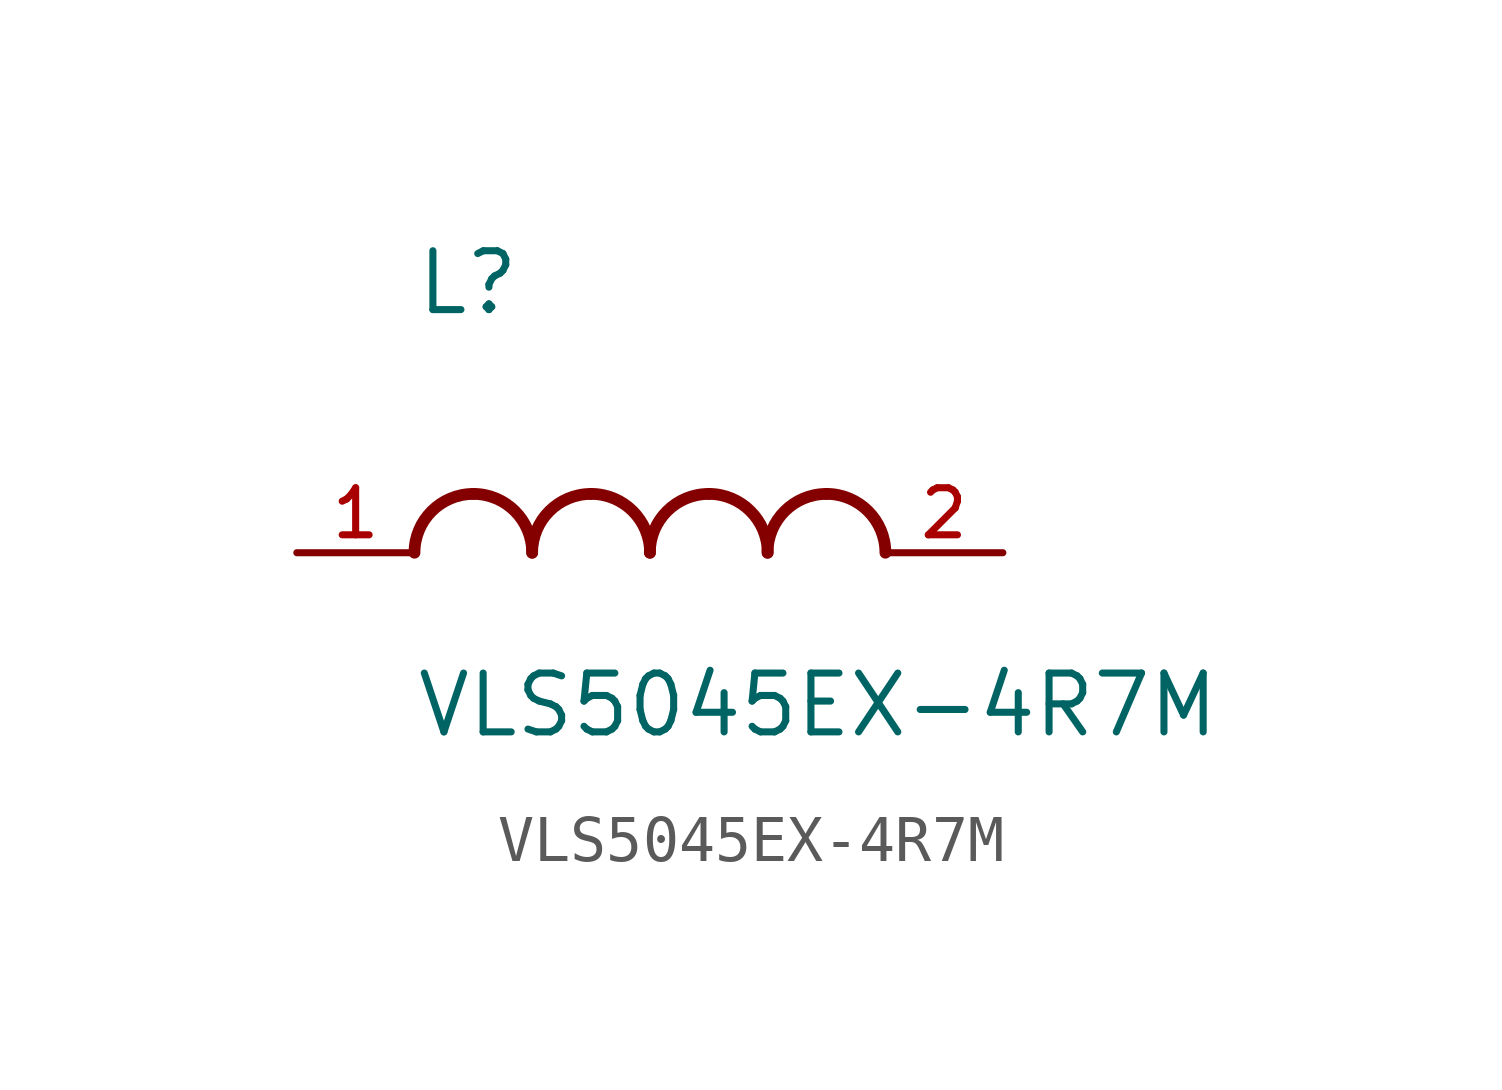
<source format=kicad_sym>
(kicad_symbol_lib
  (version 20211014)
  (generator kicad_symbol_editor)
  (symbol "VLS5045EX-4R7M"
    (pin_names
      (offset 1.016))
    (property "Reference" "L"
      (at -5.085 5.085 0)
      (effects (font (size 1.27 1.27)) (justify bottom left)))
    (property "Value" "VLS5045EX-4R7M"
      (at -5.089 -2.545 0)
      (effects (font (size 1.27 1.27)) (justify top left)))
    (symbol "VLS5045EX-4R7M_0_0"
      (arc (start -3.81 1.27) (mid -4.708 0.898) (end -5.08 0.0) (stroke (width 0.254) (type default) (color 0 0 0 0)) (fill (type none)))
      (arc (start -3.81 1.27) (mid -2.912 0.898) (end -2.54 0.0) (stroke (width 0.254) (type default) (color 0 0 0 0)) (fill (type none)))
      (arc (start -1.27 1.27) (mid -2.168 0.898) (end -2.54 0.0) (stroke (width 0.254) (type default) (color 0 0 0 0)) (fill (type none)))
      (arc (start -1.27 1.27) (mid -0.372 0.898) (end 0.0 0.0) (stroke (width 0.254) (type default) (color 0 0 0 0)) (fill (type none)))
      (arc (start 1.27 1.27) (mid 0.372 0.898) (end 0.0 0.0) (stroke (width 0.254) (type default) (color 0 0 0 0)) (fill (type none)))
      (arc (start 1.27 1.27) (mid 2.168 0.898) (end 2.54 0.0) (stroke (width 0.254) (type default) (color 0 0 0 0)) (fill (type none)))
      (arc (start 3.81 1.27) (mid 2.912 0.898) (end 2.54 0.0) (stroke (width 0.254) (type default) (color 0 0 0 0)) (fill (type none)))
      (arc (start 3.81 1.27) (mid 4.708 0.898) (end 5.08 0.0) (stroke (width 0.254) (type default) (color 0 0 0 0)) (fill (type none)))
      (pin passive line (at -7.62 0.0 0) (length 2.54) (name "~" (effects (font (size 1.016 1.016)))) (number "1" (effects (font (size 1.016 1.016)))))
      (pin passive line (at 7.62 0.0 180.0) (length 2.54) (name "~" (effects (font (size 1.016 1.016)))) (number "2" (effects (font (size 1.016 1.016))))))))
</source>
